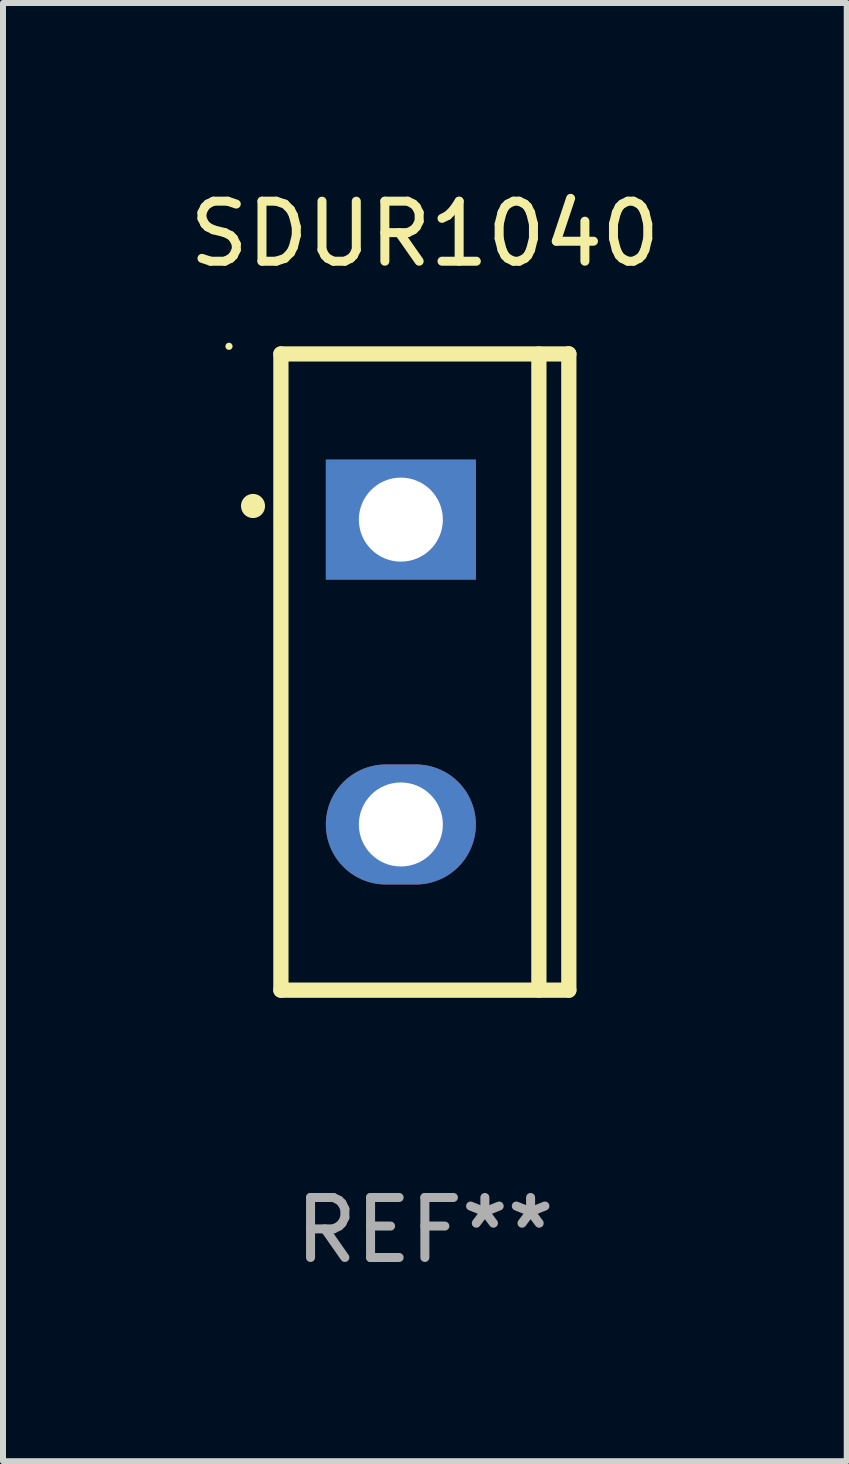
<source format=kicad_pcb>
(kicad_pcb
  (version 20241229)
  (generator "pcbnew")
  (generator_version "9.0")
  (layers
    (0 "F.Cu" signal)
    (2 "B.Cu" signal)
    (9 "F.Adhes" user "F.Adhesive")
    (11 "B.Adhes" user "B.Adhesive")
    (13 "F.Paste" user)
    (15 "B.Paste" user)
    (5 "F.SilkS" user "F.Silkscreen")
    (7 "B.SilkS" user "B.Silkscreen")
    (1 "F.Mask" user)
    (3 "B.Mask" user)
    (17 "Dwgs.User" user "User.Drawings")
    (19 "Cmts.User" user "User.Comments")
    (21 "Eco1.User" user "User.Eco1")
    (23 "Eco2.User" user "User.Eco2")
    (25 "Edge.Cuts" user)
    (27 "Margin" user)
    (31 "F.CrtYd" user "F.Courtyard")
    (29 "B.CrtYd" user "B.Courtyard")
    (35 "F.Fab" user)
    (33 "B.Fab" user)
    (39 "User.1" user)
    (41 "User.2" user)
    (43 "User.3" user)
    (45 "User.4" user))
  (footprint "SDUR1040"
    (layer "F.Cu")
    (at 4.03 8.149)
    (property "Reference" "SDUR1040" (at 0 -7.301 0) (layer "F.SilkS") (effects (font (size 1 1) (thickness 0.15))))
    (attr through_hole)
    (fp_line (start -2.399 -5.301) (end 2.394 -5.301) (stroke (width 0.254) (type solid)) (layer "F.SilkS"))
    (fp_line (start -2.399 5.301) (end -2.399 -5.301) (stroke (width 0.254) (type solid)) (layer "F.SilkS"))
    (fp_line (start 1.9 5.3) (end 1.9 -5.3) (stroke (width 0.254) (type solid)) (layer "F.SilkS"))
    (fp_line (start 2.394 -5.301) (end 2.399 -5.301) (stroke (width 0.254) (type solid)) (layer "F.SilkS"))
    (fp_line (start 2.399 -5.301) (end 2.399 5.301) (stroke (width 0.254) (type solid)) (layer "F.SilkS"))
    (fp_line (start 2.399 5.301) (end -2.399 5.301) (stroke (width 0.254) (type solid)) (layer "F.SilkS"))
    (fp_arc (start -2.863843 -2.766066) (mid -2.863847 -2.767336) (end -2.863843 -2.768606) (stroke (width 0.4) (type solid)) (layer "F.SilkS"))
    (fp_circle (center -3.264 -5.428) (end -3.234 -5.428) (stroke (width 0.06) (type solid)) (fill no) (layer "F.SilkS"))
    (fp_text user "REF**" (at 0 9.301 0) (layer "F.Fab") (effects (font (size 1 1) (thickness 0.15))))
    (pad "1" thru_hole rect (at -0.4 -2.54 270) (size 2 2.5) (drill 1.4) (layers "*.Cu" "*.Mask"))
    (pad "2" thru_hole oval (at -0.4 2.54 270) (size 2 2.5) (drill 1.4) (layers "*.Cu" "*.Mask")))
  (gr_rect
    (start -3 -3)
    (end 11.06 21.299)
    (stroke (width 0.1) (type default))
    (fill no)
    (layer "Edge.Cuts")))
</source>
